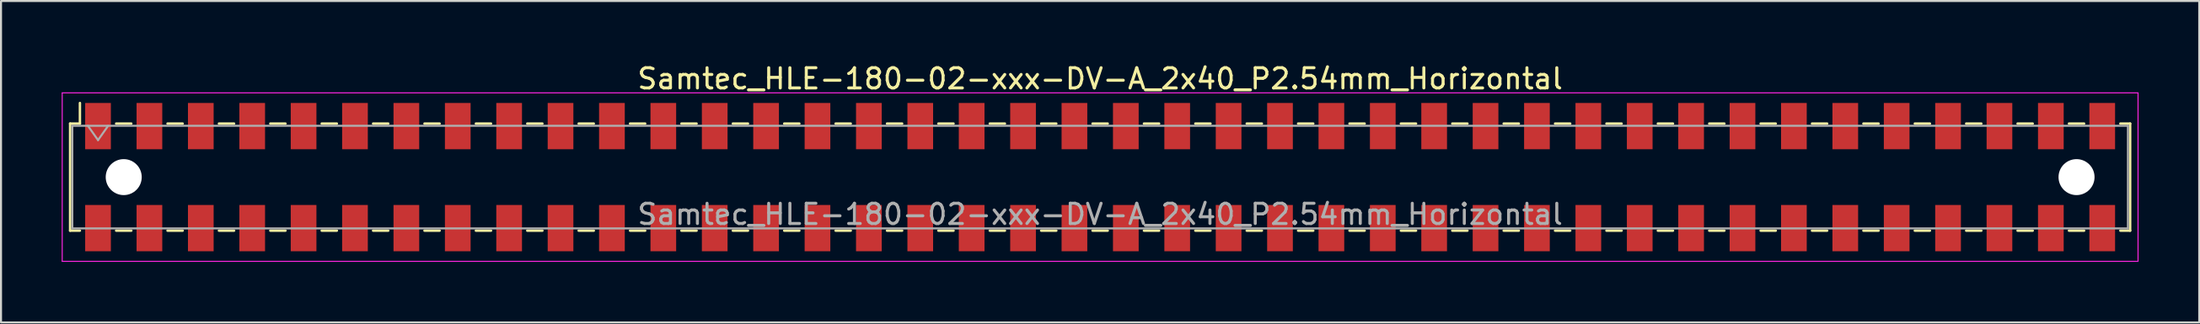
<source format=kicad_pcb>
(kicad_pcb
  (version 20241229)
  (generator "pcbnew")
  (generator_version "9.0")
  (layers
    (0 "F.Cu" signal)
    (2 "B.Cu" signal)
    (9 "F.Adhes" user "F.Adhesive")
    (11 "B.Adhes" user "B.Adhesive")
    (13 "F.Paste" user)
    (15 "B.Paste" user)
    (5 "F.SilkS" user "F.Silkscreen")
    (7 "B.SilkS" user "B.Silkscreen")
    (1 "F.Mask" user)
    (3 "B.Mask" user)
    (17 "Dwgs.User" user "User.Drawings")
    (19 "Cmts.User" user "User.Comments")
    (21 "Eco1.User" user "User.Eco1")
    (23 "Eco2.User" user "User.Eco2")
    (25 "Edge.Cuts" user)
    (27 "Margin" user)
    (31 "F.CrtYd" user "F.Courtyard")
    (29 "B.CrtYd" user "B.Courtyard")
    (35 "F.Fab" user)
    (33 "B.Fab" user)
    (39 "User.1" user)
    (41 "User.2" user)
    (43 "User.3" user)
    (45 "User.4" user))
  (footprint "Samtec_HLE-180-02-xxx-DV-A_2x40_P2.54mm_Horizontal"
    (layer "F.Cu")
    (at 51.325 5.718)
    (property "Reference" "Samtec_HLE-180-02-xxx-DV-A_2x40_P2.54mm_Horizontal" (at 0 -4.87 0) (layer "F.SilkS") (effects (font (size 1 1) (thickness 0.15))))
    (attr smd)
    (fp_line (start -50.91 -2.65) (end -50.91 2.65) (stroke (width 0.12) (type solid)) (layer "F.SilkS"))
    (fp_line (start -50.91 2.65) (end -50.425 2.65) (stroke (width 0.12) (type solid)) (layer "F.SilkS"))
    (fp_line (start -50.425 -3.67) (end -50.425 -2.65) (stroke (width 0.12) (type solid)) (layer "F.SilkS"))
    (fp_line (start -50.425 -2.65) (end -50.91 -2.65) (stroke (width 0.12) (type solid)) (layer "F.SilkS"))
    (fp_line (start -48.635 -2.65) (end -47.885 -2.65) (stroke (width 0.12) (type solid)) (layer "F.SilkS"))
    (fp_line (start -48.635 2.65) (end -47.885 2.65) (stroke (width 0.12) (type solid)) (layer "F.SilkS"))
    (fp_line (start -46.095 -2.65) (end -45.345 -2.65) (stroke (width 0.12) (type solid)) (layer "F.SilkS"))
    (fp_line (start -46.095 2.65) (end -45.345 2.65) (stroke (width 0.12) (type solid)) (layer "F.SilkS"))
    (fp_line (start -43.555 -2.65) (end -42.805 -2.65) (stroke (width 0.12) (type solid)) (layer "F.SilkS"))
    (fp_line (start -43.555 2.65) (end -42.805 2.65) (stroke (width 0.12) (type solid)) (layer "F.SilkS"))
    (fp_line (start -41.015 -2.65) (end -40.265 -2.65) (stroke (width 0.12) (type solid)) (layer "F.SilkS"))
    (fp_line (start -41.015 2.65) (end -40.265 2.65) (stroke (width 0.12) (type solid)) (layer "F.SilkS"))
    (fp_line (start -38.475 -2.65) (end -37.725 -2.65) (stroke (width 0.12) (type solid)) (layer "F.SilkS"))
    (fp_line (start -38.475 2.65) (end -37.725 2.65) (stroke (width 0.12) (type solid)) (layer "F.SilkS"))
    (fp_line (start -35.935 -2.65) (end -35.185 -2.65) (stroke (width 0.12) (type solid)) (layer "F.SilkS"))
    (fp_line (start -35.935 2.65) (end -35.185 2.65) (stroke (width 0.12) (type solid)) (layer "F.SilkS"))
    (fp_line (start -33.395 -2.65) (end -32.645 -2.65) (stroke (width 0.12) (type solid)) (layer "F.SilkS"))
    (fp_line (start -33.395 2.65) (end -32.645 2.65) (stroke (width 0.12) (type solid)) (layer "F.SilkS"))
    (fp_line (start -30.855 -2.65) (end -30.105 -2.65) (stroke (width 0.12) (type solid)) (layer "F.SilkS"))
    (fp_line (start -30.855 2.65) (end -30.105 2.65) (stroke (width 0.12) (type solid)) (layer "F.SilkS"))
    (fp_line (start -28.315 -2.65) (end -27.565 -2.65) (stroke (width 0.12) (type solid)) (layer "F.SilkS"))
    (fp_line (start -28.315 2.65) (end -27.565 2.65) (stroke (width 0.12) (type solid)) (layer "F.SilkS"))
    (fp_line (start -25.775 -2.65) (end -25.025 -2.65) (stroke (width 0.12) (type solid)) (layer "F.SilkS"))
    (fp_line (start -25.775 2.65) (end -25.025 2.65) (stroke (width 0.12) (type solid)) (layer "F.SilkS"))
    (fp_line (start -23.235 -2.65) (end -22.485 -2.65) (stroke (width 0.12) (type solid)) (layer "F.SilkS"))
    (fp_line (start -23.235 2.65) (end -22.485 2.65) (stroke (width 0.12) (type solid)) (layer "F.SilkS"))
    (fp_line (start -20.695 -2.65) (end -19.945 -2.65) (stroke (width 0.12) (type solid)) (layer "F.SilkS"))
    (fp_line (start -20.695 2.65) (end -19.945 2.65) (stroke (width 0.12) (type solid)) (layer "F.SilkS"))
    (fp_line (start -18.155 -2.65) (end -17.405 -2.65) (stroke (width 0.12) (type solid)) (layer "F.SilkS"))
    (fp_line (start -18.155 2.65) (end -17.405 2.65) (stroke (width 0.12) (type solid)) (layer "F.SilkS"))
    (fp_line (start -15.615 -2.65) (end -14.865 -2.65) (stroke (width 0.12) (type solid)) (layer "F.SilkS"))
    (fp_line (start -15.615 2.65) (end -14.865 2.65) (stroke (width 0.12) (type solid)) (layer "F.SilkS"))
    (fp_line (start -13.075 -2.65) (end -12.325 -2.65) (stroke (width 0.12) (type solid)) (layer "F.SilkS"))
    (fp_line (start -13.075 2.65) (end -12.325 2.65) (stroke (width 0.12) (type solid)) (layer "F.SilkS"))
    (fp_line (start -10.535 -2.65) (end -9.785 -2.65) (stroke (width 0.12) (type solid)) (layer "F.SilkS"))
    (fp_line (start -10.535 2.65) (end -9.785 2.65) (stroke (width 0.12) (type solid)) (layer "F.SilkS"))
    (fp_line (start -7.995 -2.65) (end -7.245 -2.65) (stroke (width 0.12) (type solid)) (layer "F.SilkS"))
    (fp_line (start -7.995 2.65) (end -7.245 2.65) (stroke (width 0.12) (type solid)) (layer "F.SilkS"))
    (fp_line (start -5.455 -2.65) (end -4.705 -2.65) (stroke (width 0.12) (type solid)) (layer "F.SilkS"))
    (fp_line (start -5.455 2.65) (end -4.705 2.65) (stroke (width 0.12) (type solid)) (layer "F.SilkS"))
    (fp_line (start -2.915 -2.65) (end -2.165 -2.65) (stroke (width 0.12) (type solid)) (layer "F.SilkS"))
    (fp_line (start -2.915 2.65) (end -2.165 2.65) (stroke (width 0.12) (type solid)) (layer "F.SilkS"))
    (fp_line (start -0.375 -2.65) (end 0.375 -2.65) (stroke (width 0.12) (type solid)) (layer "F.SilkS"))
    (fp_line (start -0.375 2.65) (end 0.375 2.65) (stroke (width 0.12) (type solid)) (layer "F.SilkS"))
    (fp_line (start 2.165 -2.65) (end 2.915 -2.65) (stroke (width 0.12) (type solid)) (layer "F.SilkS"))
    (fp_line (start 2.165 2.65) (end 2.915 2.65) (stroke (width 0.12) (type solid)) (layer "F.SilkS"))
    (fp_line (start 4.705 -2.65) (end 5.455 -2.65) (stroke (width 0.12) (type solid)) (layer "F.SilkS"))
    (fp_line (start 4.705 2.65) (end 5.455 2.65) (stroke (width 0.12) (type solid)) (layer "F.SilkS"))
    (fp_line (start 7.245 -2.65) (end 7.995 -2.65) (stroke (width 0.12) (type solid)) (layer "F.SilkS"))
    (fp_line (start 7.245 2.65) (end 7.995 2.65) (stroke (width 0.12) (type solid)) (layer "F.SilkS"))
    (fp_line (start 9.785 -2.65) (end 10.535 -2.65) (stroke (width 0.12) (type solid)) (layer "F.SilkS"))
    (fp_line (start 9.785 2.65) (end 10.535 2.65) (stroke (width 0.12) (type solid)) (layer "F.SilkS"))
    (fp_line (start 12.325 -2.65) (end 13.075 -2.65) (stroke (width 0.12) (type solid)) (layer "F.SilkS"))
    (fp_line (start 12.325 2.65) (end 13.075 2.65) (stroke (width 0.12) (type solid)) (layer "F.SilkS"))
    (fp_line (start 14.865 -2.65) (end 15.615 -2.65) (stroke (width 0.12) (type solid)) (layer "F.SilkS"))
    (fp_line (start 14.865 2.65) (end 15.615 2.65) (stroke (width 0.12) (type solid)) (layer "F.SilkS"))
    (fp_line (start 17.405 -2.65) (end 18.155 -2.65) (stroke (width 0.12) (type solid)) (layer "F.SilkS"))
    (fp_line (start 17.405 2.65) (end 18.155 2.65) (stroke (width 0.12) (type solid)) (layer "F.SilkS"))
    (fp_line (start 19.945 -2.65) (end 20.695 -2.65) (stroke (width 0.12) (type solid)) (layer "F.SilkS"))
    (fp_line (start 19.945 2.65) (end 20.695 2.65) (stroke (width 0.12) (type solid)) (layer "F.SilkS"))
    (fp_line (start 22.485 -2.65) (end 23.235 -2.65) (stroke (width 0.12) (type solid)) (layer "F.SilkS"))
    (fp_line (start 22.485 2.65) (end 23.235 2.65) (stroke (width 0.12) (type solid)) (layer "F.SilkS"))
    (fp_line (start 25.025 -2.65) (end 25.775 -2.65) (stroke (width 0.12) (type solid)) (layer "F.SilkS"))
    (fp_line (start 25.025 2.65) (end 25.775 2.65) (stroke (width 0.12) (type solid)) (layer "F.SilkS"))
    (fp_line (start 27.565 -2.65) (end 28.315 -2.65) (stroke (width 0.12) (type solid)) (layer "F.SilkS"))
    (fp_line (start 27.565 2.65) (end 28.315 2.65) (stroke (width 0.12) (type solid)) (layer "F.SilkS"))
    (fp_line (start 30.105 -2.65) (end 30.855 -2.65) (stroke (width 0.12) (type solid)) (layer "F.SilkS"))
    (fp_line (start 30.105 2.65) (end 30.855 2.65) (stroke (width 0.12) (type solid)) (layer "F.SilkS"))
    (fp_line (start 32.645 -2.65) (end 33.395 -2.65) (stroke (width 0.12) (type solid)) (layer "F.SilkS"))
    (fp_line (start 32.645 2.65) (end 33.395 2.65) (stroke (width 0.12) (type solid)) (layer "F.SilkS"))
    (fp_line (start 35.185 -2.65) (end 35.935 -2.65) (stroke (width 0.12) (type solid)) (layer "F.SilkS"))
    (fp_line (start 35.185 2.65) (end 35.935 2.65) (stroke (width 0.12) (type solid)) (layer "F.SilkS"))
    (fp_line (start 37.725 -2.65) (end 38.475 -2.65) (stroke (width 0.12) (type solid)) (layer "F.SilkS"))
    (fp_line (start 37.725 2.65) (end 38.475 2.65) (stroke (width 0.12) (type solid)) (layer "F.SilkS"))
    (fp_line (start 40.265 -2.65) (end 41.015 -2.65) (stroke (width 0.12) (type solid)) (layer "F.SilkS"))
    (fp_line (start 40.265 2.65) (end 41.015 2.65) (stroke (width 0.12) (type solid)) (layer "F.SilkS"))
    (fp_line (start 42.805 -2.65) (end 43.555 -2.65) (stroke (width 0.12) (type solid)) (layer "F.SilkS"))
    (fp_line (start 42.805 2.65) (end 43.555 2.65) (stroke (width 0.12) (type solid)) (layer "F.SilkS"))
    (fp_line (start 45.345 -2.65) (end 46.095 -2.65) (stroke (width 0.12) (type solid)) (layer "F.SilkS"))
    (fp_line (start 45.345 2.65) (end 46.095 2.65) (stroke (width 0.12) (type solid)) (layer "F.SilkS"))
    (fp_line (start 47.885 -2.65) (end 48.635 -2.65) (stroke (width 0.12) (type solid)) (layer "F.SilkS"))
    (fp_line (start 47.885 2.65) (end 48.635 2.65) (stroke (width 0.12) (type solid)) (layer "F.SilkS"))
    (fp_line (start 50.425 -2.65) (end 50.91 -2.65) (stroke (width 0.12) (type solid)) (layer "F.SilkS"))
    (fp_line (start 50.91 -2.65) (end 50.91 2.65) (stroke (width 0.12) (type solid)) (layer "F.SilkS"))
    (fp_line (start 50.91 2.65) (end 50.425 2.65) (stroke (width 0.12) (type solid)) (layer "F.SilkS"))
    (fp_line (start -51.3 -4.17) (end 51.3 -4.17) (stroke (width 0.05) (type solid)) (layer "F.CrtYd"))
    (fp_line (start -51.3 4.17) (end -51.3 -4.17) (stroke (width 0.05) (type solid)) (layer "F.CrtYd"))
    (fp_line (start 51.3 -4.17) (end 51.3 4.17) (stroke (width 0.05) (type solid)) (layer "F.CrtYd"))
    (fp_line (start 51.3 4.17) (end -51.3 4.17) (stroke (width 0.05) (type solid)) (layer "F.CrtYd"))
    (fp_line (start -50.8 -2.54) (end 50.8 -2.54) (stroke (width 0.1) (type solid)) (layer "F.Fab"))
    (fp_line (start -50.8 2.54) (end -50.8 -2.54) (stroke (width 0.1) (type solid)) (layer "F.Fab"))
    (fp_line (start -50.03 -2.54) (end -49.53 -1.833) (stroke (width 0.1) (type solid)) (layer "F.Fab"))
    (fp_line (start -49.53 -1.833) (end -49.03 -2.54) (stroke (width 0.1) (type solid)) (layer "F.Fab"))
    (fp_line (start 50.8 -2.54) (end 50.8 2.54) (stroke (width 0.1) (type solid)) (layer "F.Fab"))
    (fp_line (start 50.8 2.54) (end -50.8 2.54) (stroke (width 0.1) (type solid)) (layer "F.Fab"))
    (fp_text user "${REFERENCE}" (at 0 1.84 0) (layer "F.Fab") (effects (font (size 1 1) (thickness 0.15))))
    (pad "" np_thru_hole circle (at -48.26 0) (size 1.78 1.78) (drill 1.78) (layers "*.Cu" "*.Mask"))
    (pad "" np_thru_hole circle (at 48.26 0) (size 1.78 1.78) (drill 1.78) (layers "*.Cu" "*.Mask"))
    (pad "1" smd rect (at -49.53 -2.525) (size 1.27 2.29) (layers "F.Cu" "F.Mask" "F.Paste"))
    (pad "2" smd rect (at -49.53 2.525) (size 1.27 2.29) (layers "F.Cu" "F.Mask" "F.Paste"))
    (pad "3" smd rect (at -46.99 -2.525) (size 1.27 2.29) (layers "F.Cu" "F.Mask" "F.Paste"))
    (pad "4" smd rect (at -46.99 2.525) (size 1.27 2.29) (layers "F.Cu" "F.Mask" "F.Paste"))
    (pad "5" smd rect (at -44.45 -2.525) (size 1.27 2.29) (layers "F.Cu" "F.Mask" "F.Paste"))
    (pad "6" smd rect (at -44.45 2.525) (size 1.27 2.29) (layers "F.Cu" "F.Mask" "F.Paste"))
    (pad "7" smd rect (at -41.91 -2.525) (size 1.27 2.29) (layers "F.Cu" "F.Mask" "F.Paste"))
    (pad "8" smd rect (at -41.91 2.525) (size 1.27 2.29) (layers "F.Cu" "F.Mask" "F.Paste"))
    (pad "9" smd rect (at -39.37 -2.525) (size 1.27 2.29) (layers "F.Cu" "F.Mask" "F.Paste"))
    (pad "10" smd rect (at -39.37 2.525) (size 1.27 2.29) (layers "F.Cu" "F.Mask" "F.Paste"))
    (pad "11" smd rect (at -36.83 -2.525) (size 1.27 2.29) (layers "F.Cu" "F.Mask" "F.Paste"))
    (pad "12" smd rect (at -36.83 2.525) (size 1.27 2.29) (layers "F.Cu" "F.Mask" "F.Paste"))
    (pad "13" smd rect (at -34.29 -2.525) (size 1.27 2.29) (layers "F.Cu" "F.Mask" "F.Paste"))
    (pad "14" smd rect (at -34.29 2.525) (size 1.27 2.29) (layers "F.Cu" "F.Mask" "F.Paste"))
    (pad "15" smd rect (at -31.75 -2.525) (size 1.27 2.29) (layers "F.Cu" "F.Mask" "F.Paste"))
    (pad "16" smd rect (at -31.75 2.525) (size 1.27 2.29) (layers "F.Cu" "F.Mask" "F.Paste"))
    (pad "17" smd rect (at -29.21 -2.525) (size 1.27 2.29) (layers "F.Cu" "F.Mask" "F.Paste"))
    (pad "18" smd rect (at -29.21 2.525) (size 1.27 2.29) (layers "F.Cu" "F.Mask" "F.Paste"))
    (pad "19" smd rect (at -26.67 -2.525) (size 1.27 2.29) (layers "F.Cu" "F.Mask" "F.Paste"))
    (pad "20" smd rect (at -26.67 2.525) (size 1.27 2.29) (layers "F.Cu" "F.Mask" "F.Paste"))
    (pad "21" smd rect (at -24.13 -2.525) (size 1.27 2.29) (layers "F.Cu" "F.Mask" "F.Paste"))
    (pad "22" smd rect (at -24.13 2.525) (size 1.27 2.29) (layers "F.Cu" "F.Mask" "F.Paste"))
    (pad "23" smd rect (at -21.59 -2.525) (size 1.27 2.29) (layers "F.Cu" "F.Mask" "F.Paste"))
    (pad "24" smd rect (at -21.59 2.525) (size 1.27 2.29) (layers "F.Cu" "F.Mask" "F.Paste"))
    (pad "25" smd rect (at -19.05 -2.525) (size 1.27 2.29) (layers "F.Cu" "F.Mask" "F.Paste"))
    (pad "26" smd rect (at -19.05 2.525) (size 1.27 2.29) (layers "F.Cu" "F.Mask" "F.Paste"))
    (pad "27" smd rect (at -16.51 -2.525) (size 1.27 2.29) (layers "F.Cu" "F.Mask" "F.Paste"))
    (pad "28" smd rect (at -16.51 2.525) (size 1.27 2.29) (layers "F.Cu" "F.Mask" "F.Paste"))
    (pad "29" smd rect (at -13.97 -2.525) (size 1.27 2.29) (layers "F.Cu" "F.Mask" "F.Paste"))
    (pad "30" smd rect (at -13.97 2.525) (size 1.27 2.29) (layers "F.Cu" "F.Mask" "F.Paste"))
    (pad "31" smd rect (at -11.43 -2.525) (size 1.27 2.29) (layers "F.Cu" "F.Mask" "F.Paste"))
    (pad "32" smd rect (at -11.43 2.525) (size 1.27 2.29) (layers "F.Cu" "F.Mask" "F.Paste"))
    (pad "33" smd rect (at -8.89 -2.525) (size 1.27 2.29) (layers "F.Cu" "F.Mask" "F.Paste"))
    (pad "34" smd rect (at -8.89 2.525) (size 1.27 2.29) (layers "F.Cu" "F.Mask" "F.Paste"))
    (pad "35" smd rect (at -6.35 -2.525) (size 1.27 2.29) (layers "F.Cu" "F.Mask" "F.Paste"))
    (pad "36" smd rect (at -6.35 2.525) (size 1.27 2.29) (layers "F.Cu" "F.Mask" "F.Paste"))
    (pad "37" smd rect (at -3.81 -2.525) (size 1.27 2.29) (layers "F.Cu" "F.Mask" "F.Paste"))
    (pad "38" smd rect (at -3.81 2.525) (size 1.27 2.29) (layers "F.Cu" "F.Mask" "F.Paste"))
    (pad "39" smd rect (at -1.27 -2.525) (size 1.27 2.29) (layers "F.Cu" "F.Mask" "F.Paste"))
    (pad "40" smd rect (at -1.27 2.525) (size 1.27 2.29) (layers "F.Cu" "F.Mask" "F.Paste"))
    (pad "41" smd rect (at 1.27 -2.525) (size 1.27 2.29) (layers "F.Cu" "F.Mask" "F.Paste"))
    (pad "42" smd rect (at 1.27 2.525) (size 1.27 2.29) (layers "F.Cu" "F.Mask" "F.Paste"))
    (pad "43" smd rect (at 3.81 -2.525) (size 1.27 2.29) (layers "F.Cu" "F.Mask" "F.Paste"))
    (pad "44" smd rect (at 3.81 2.525) (size 1.27 2.29) (layers "F.Cu" "F.Mask" "F.Paste"))
    (pad "45" smd rect (at 6.35 -2.525) (size 1.27 2.29) (layers "F.Cu" "F.Mask" "F.Paste"))
    (pad "46" smd rect (at 6.35 2.525) (size 1.27 2.29) (layers "F.Cu" "F.Mask" "F.Paste"))
    (pad "47" smd rect (at 8.89 -2.525) (size 1.27 2.29) (layers "F.Cu" "F.Mask" "F.Paste"))
    (pad "48" smd rect (at 8.89 2.525) (size 1.27 2.29) (layers "F.Cu" "F.Mask" "F.Paste"))
    (pad "49" smd rect (at 11.43 -2.525) (size 1.27 2.29) (layers "F.Cu" "F.Mask" "F.Paste"))
    (pad "50" smd rect (at 11.43 2.525) (size 1.27 2.29) (layers "F.Cu" "F.Mask" "F.Paste"))
    (pad "51" smd rect (at 13.97 -2.525) (size 1.27 2.29) (layers "F.Cu" "F.Mask" "F.Paste"))
    (pad "52" smd rect (at 13.97 2.525) (size 1.27 2.29) (layers "F.Cu" "F.Mask" "F.Paste"))
    (pad "53" smd rect (at 16.51 -2.525) (size 1.27 2.29) (layers "F.Cu" "F.Mask" "F.Paste"))
    (pad "54" smd rect (at 16.51 2.525) (size 1.27 2.29) (layers "F.Cu" "F.Mask" "F.Paste"))
    (pad "55" smd rect (at 19.05 -2.525) (size 1.27 2.29) (layers "F.Cu" "F.Mask" "F.Paste"))
    (pad "56" smd rect (at 19.05 2.525) (size 1.27 2.29) (layers "F.Cu" "F.Mask" "F.Paste"))
    (pad "57" smd rect (at 21.59 -2.525) (size 1.27 2.29) (layers "F.Cu" "F.Mask" "F.Paste"))
    (pad "58" smd rect (at 21.59 2.525) (size 1.27 2.29) (layers "F.Cu" "F.Mask" "F.Paste"))
    (pad "59" smd rect (at 24.13 -2.525) (size 1.27 2.29) (layers "F.Cu" "F.Mask" "F.Paste"))
    (pad "60" smd rect (at 24.13 2.525) (size 1.27 2.29) (layers "F.Cu" "F.Mask" "F.Paste"))
    (pad "61" smd rect (at 26.67 -2.525) (size 1.27 2.29) (layers "F.Cu" "F.Mask" "F.Paste"))
    (pad "62" smd rect (at 26.67 2.525) (size 1.27 2.29) (layers "F.Cu" "F.Mask" "F.Paste"))
    (pad "63" smd rect (at 29.21 -2.525) (size 1.27 2.29) (layers "F.Cu" "F.Mask" "F.Paste"))
    (pad "64" smd rect (at 29.21 2.525) (size 1.27 2.29) (layers "F.Cu" "F.Mask" "F.Paste"))
    (pad "65" smd rect (at 31.75 -2.525) (size 1.27 2.29) (layers "F.Cu" "F.Mask" "F.Paste"))
    (pad "66" smd rect (at 31.75 2.525) (size 1.27 2.29) (layers "F.Cu" "F.Mask" "F.Paste"))
    (pad "67" smd rect (at 34.29 -2.525) (size 1.27 2.29) (layers "F.Cu" "F.Mask" "F.Paste"))
    (pad "68" smd rect (at 34.29 2.525) (size 1.27 2.29) (layers "F.Cu" "F.Mask" "F.Paste"))
    (pad "69" smd rect (at 36.83 -2.525) (size 1.27 2.29) (layers "F.Cu" "F.Mask" "F.Paste"))
    (pad "70" smd rect (at 36.83 2.525) (size 1.27 2.29) (layers "F.Cu" "F.Mask" "F.Paste"))
    (pad "71" smd rect (at 39.37 -2.525) (size 1.27 2.29) (layers "F.Cu" "F.Mask" "F.Paste"))
    (pad "72" smd rect (at 39.37 2.525) (size 1.27 2.29) (layers "F.Cu" "F.Mask" "F.Paste"))
    (pad "73" smd rect (at 41.91 -2.525) (size 1.27 2.29) (layers "F.Cu" "F.Mask" "F.Paste"))
    (pad "74" smd rect (at 41.91 2.525) (size 1.27 2.29) (layers "F.Cu" "F.Mask" "F.Paste"))
    (pad "75" smd rect (at 44.45 -2.525) (size 1.27 2.29) (layers "F.Cu" "F.Mask" "F.Paste"))
    (pad "76" smd rect (at 44.45 2.525) (size 1.27 2.29) (layers "F.Cu" "F.Mask" "F.Paste"))
    (pad "77" smd rect (at 46.99 -2.525) (size 1.27 2.29) (layers "F.Cu" "F.Mask" "F.Paste"))
    (pad "78" smd rect (at 46.99 2.525) (size 1.27 2.29) (layers "F.Cu" "F.Mask" "F.Paste"))
    (pad "79" smd rect (at 49.53 -2.525) (size 1.27 2.29) (layers "F.Cu" "F.Mask" "F.Paste"))
    (pad "80" smd rect (at 49.53 2.525) (size 1.27 2.29) (layers "F.Cu" "F.Mask" "F.Paste")))
  (gr_rect
    (start -3 -3)
    (end 105.65 12.913)
    (stroke (width 0.1) (type default))
    (fill no)
    (layer "Edge.Cuts")))
</source>
